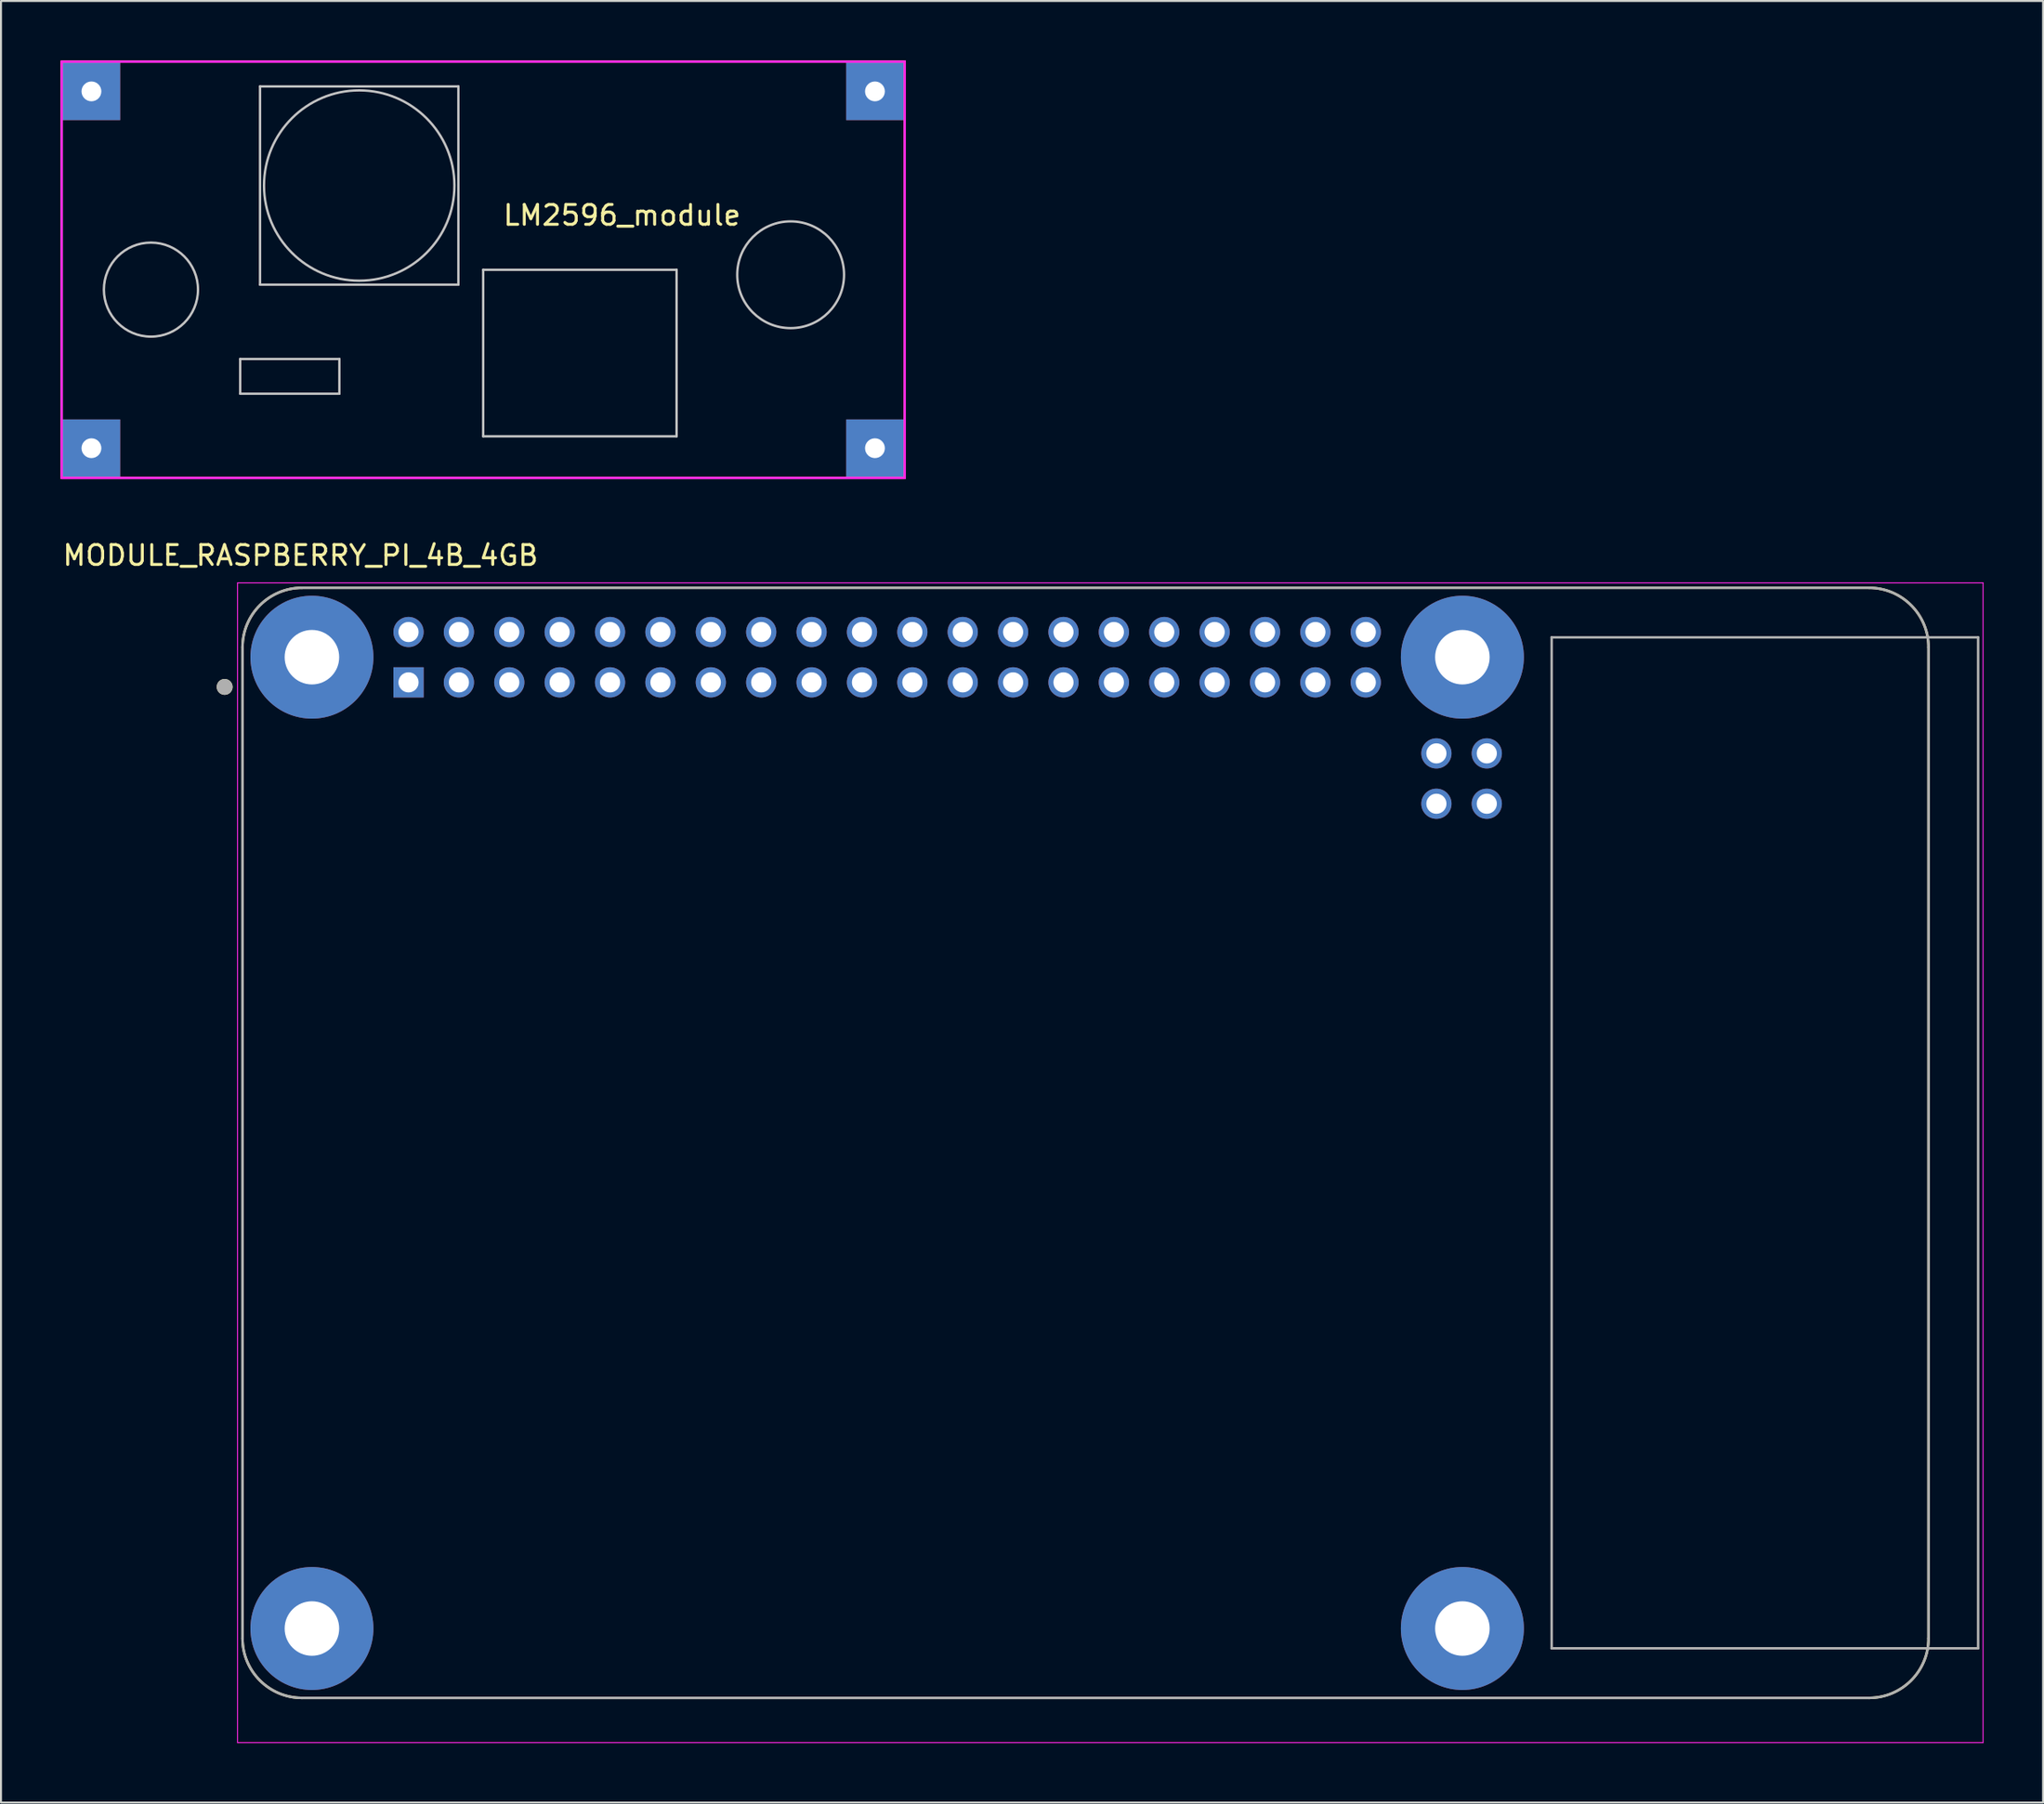
<source format=kicad_pcb>
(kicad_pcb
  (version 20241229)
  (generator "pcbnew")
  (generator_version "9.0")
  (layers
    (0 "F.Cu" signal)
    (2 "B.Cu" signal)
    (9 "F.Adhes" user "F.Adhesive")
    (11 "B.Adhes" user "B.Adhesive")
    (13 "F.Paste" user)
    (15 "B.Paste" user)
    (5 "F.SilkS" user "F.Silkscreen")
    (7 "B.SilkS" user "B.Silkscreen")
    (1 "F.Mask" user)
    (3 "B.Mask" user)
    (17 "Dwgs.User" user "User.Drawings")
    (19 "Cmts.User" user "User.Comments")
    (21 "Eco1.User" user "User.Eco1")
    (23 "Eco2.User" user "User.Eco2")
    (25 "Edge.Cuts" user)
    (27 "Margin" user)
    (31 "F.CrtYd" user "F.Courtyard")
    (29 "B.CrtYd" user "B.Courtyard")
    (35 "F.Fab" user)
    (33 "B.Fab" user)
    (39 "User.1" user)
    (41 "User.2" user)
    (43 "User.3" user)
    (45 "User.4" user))
  (footprint "LM2596_module"
    (layer "F.Cu")
    (at 21.31 10.56)
    (property "Reference" "LM2596_module" (at 7 -2.75 0) (layer "F.SilkS") (effects (font (size 1 1) (thickness 0.15))))
    (attr through_hole)
    (fp_line (start -21.25 -10.5) (end 21.25 -10.5) (stroke (width 0.12) (type solid)) (layer "F.SilkS"))
    (fp_line (start -21.25 10.5) (end -21.25 -10.5) (stroke (width 0.12) (type solid)) (layer "F.SilkS"))
    (fp_line (start 21.25 -10.5) (end 21.25 10.5) (stroke (width 0.12) (type solid)) (layer "F.SilkS"))
    (fp_line (start 21.25 10.5) (end -21.25 10.5) (stroke (width 0.12) (type solid)) (layer "F.SilkS"))
    (fp_line (start -12.25 4.5) (end -7.25 4.5) (stroke (width 0.12) (type solid)) (layer "Dwgs.User"))
    (fp_line (start -12.25 6.25) (end -12.25 4.5) (stroke (width 0.12) (type solid)) (layer "Dwgs.User"))
    (fp_line (start -11.25 -9.25) (end -1.25 -9.25) (stroke (width 0.12) (type solid)) (layer "Dwgs.User"))
    (fp_line (start -11.25 0.75) (end -11.25 -9.25) (stroke (width 0.12) (type solid)) (layer "Dwgs.User"))
    (fp_line (start -7.25 4.5) (end -7.25 6.25) (stroke (width 0.12) (type solid)) (layer "Dwgs.User"))
    (fp_line (start -7.25 6.25) (end -12.25 6.25) (stroke (width 0.12) (type solid)) (layer "Dwgs.User"))
    (fp_line (start -1.25 -9.25) (end -1.25 0.75) (stroke (width 0.12) (type solid)) (layer "Dwgs.User"))
    (fp_line (start -1.25 0.75) (end -11.25 0.75) (stroke (width 0.12) (type solid)) (layer "Dwgs.User"))
    (fp_line (start 0 0) (end 9.75 0) (stroke (width 0.12) (type solid)) (layer "Dwgs.User"))
    (fp_line (start 0 8.4) (end 0 0) (stroke (width 0.12) (type solid)) (layer "Dwgs.User"))
    (fp_line (start 9.75 0) (end 9.75 8.4) (stroke (width 0.12) (type solid)) (layer "Dwgs.User"))
    (fp_line (start 9.75 8.4) (end 0 8.4) (stroke (width 0.12) (type solid)) (layer "Dwgs.User"))
    (fp_circle (center -16.75 1) (end -19 0.25) (stroke (width 0.12) (type solid)) (fill no) (layer "Dwgs.User"))
    (fp_circle (center -6.25 -4.25) (end -1.45 -4.25) (stroke (width 0.12) (type solid)) (fill no) (layer "Dwgs.User"))
    (fp_circle (center 15.5 0.25) (end 13 -0.75) (stroke (width 0.12) (type solid)) (fill no) (layer "Dwgs.User"))
    (fp_line (start -21.25 -10.5) (end 21.25 -10.5) (stroke (width 0.12) (type solid)) (layer "F.CrtYd"))
    (fp_line (start -21.25 10.5) (end -21.25 -10.5) (stroke (width 0.12) (type solid)) (layer "F.CrtYd"))
    (fp_line (start 21.25 -10.5) (end 21.25 10.5) (stroke (width 0.12) (type solid)) (layer "F.CrtYd"))
    (fp_line (start 21.25 10.5) (end -21.25 10.5) (stroke (width 0.12) (type solid)) (layer "F.CrtYd"))
    (pad "1" thru_hole rect (at -19.75 -9) (size 2.9 2.9) (drill 1) (layers "*.Cu" "*.Mask"))
    (pad "2" thru_hole rect (at -19.75 9) (size 2.9 2.9) (drill 1) (layers "*.Cu" "*.Mask"))
    (pad "2" thru_hole rect (at 19.75 9) (size 2.9 2.9) (drill 1) (layers "*.Cu" "*.Mask"))
    (pad "3" thru_hole rect (at 19.75 -9) (size 2.9 2.9) (drill 1) (layers "*.Cu" "*.Mask")))
  (footprint "MODULE_RASPBERRY_PI_4B_4GB"
    (layer "F.Cu")
    (at 51.676 54.603)
    (property "Reference" "MODULE_RASPBERRY_PI_4B_4GB" (at -39.575 -29.635 0) (layer "F.SilkS") (effects (font (size 1 1) (thickness 0.15))))
    (attr through_hole)
    (fp_line (start -42.5 -25) (end -42.5 25) (stroke (width 0.127) (type solid)) (layer "F.SilkS"))
    (fp_line (start -39.5 28) (end 39.5 28) (stroke (width 0.127) (type solid)) (layer "F.SilkS"))
    (fp_line (start 39.5 -28) (end -39.5 -28) (stroke (width 0.127) (type solid)) (layer "F.SilkS"))
    (fp_line (start 42.5 25) (end 42.5 -25) (stroke (width 0.127) (type solid)) (layer "F.SilkS"))
    (fp_arc (start -42.5 -25) (mid -41.62132 -27.12132) (end -39.5 -28) (stroke (width 0.127) (type solid)) (layer "F.SilkS"))
    (fp_arc (start -39.5 28) (mid -41.62132 27.12132) (end -42.5 25) (stroke (width 0.127) (type solid)) (layer "F.SilkS"))
    (fp_arc (start 39.5 -28) (mid 41.62132 -27.12132) (end 42.5 -25) (stroke (width 0.127) (type solid)) (layer "F.SilkS"))
    (fp_arc (start 42.5 25) (mid 41.62132 27.12132) (end 39.5 28) (stroke (width 0.127) (type solid)) (layer "F.SilkS"))
    (fp_circle (center -43.4 -23) (end -43.2 -23) (stroke (width 0.4) (type solid)) (fill no) (layer "F.SilkS"))
    (fp_line (start -42.75 -28.25) (end 45.25 -28.25) (stroke (width 0.05) (type solid)) (layer "F.CrtYd"))
    (fp_line (start -42.75 30.255) (end -42.75 -28.25) (stroke (width 0.05) (type solid)) (layer "F.CrtYd"))
    (fp_line (start 45.25 -28.25) (end 45.25 30.255) (stroke (width 0.05) (type solid)) (layer "F.CrtYd"))
    (fp_line (start 45.25 30.255) (end -42.75 30.255) (stroke (width 0.05) (type solid)) (layer "F.CrtYd"))
    (fp_line (start -42.5 -25) (end -42.5 25) (stroke (width 0.127) (type solid)) (layer "F.Fab"))
    (fp_line (start -39.5 28) (end 39.5 28) (stroke (width 0.127) (type solid)) (layer "F.Fab"))
    (fp_line (start 23.5 -25.5) (end 23.5 25.5) (stroke (width 0.127) (type solid)) (layer "F.Fab"))
    (fp_line (start 23.5 25.5) (end 45 25.5) (stroke (width 0.127) (type solid)) (layer "F.Fab"))
    (fp_line (start 39.5 -28) (end -39.5 -28) (stroke (width 0.127) (type solid)) (layer "F.Fab"))
    (fp_line (start 42.5 25) (end 42.5 -25) (stroke (width 0.127) (type solid)) (layer "F.Fab"))
    (fp_line (start 45 -25.5) (end 23.5 -25.5) (stroke (width 0.127) (type solid)) (layer "F.Fab"))
    (fp_line (start 45 25.5) (end 45 -25.5) (stroke (width 0.127) (type solid)) (layer "F.Fab"))
    (fp_arc (start -42.5 -25) (mid -41.62132 -27.12132) (end -39.5 -28) (stroke (width 0.127) (type solid)) (layer "F.Fab"))
    (fp_arc (start -39.5 28) (mid -41.62132 27.12132) (end -42.5 25) (stroke (width 0.127) (type solid)) (layer "F.Fab"))
    (fp_arc (start 39.5 -28) (mid 41.62132 -27.12132) (end 42.5 -25) (stroke (width 0.127) (type solid)) (layer "F.Fab"))
    (fp_arc (start 42.5 25) (mid 41.62132 27.12132) (end 39.5 28) (stroke (width 0.127) (type solid)) (layer "F.Fab"))
    (fp_circle (center -43.4 -23) (end -43.2 -23) (stroke (width 0.4) (type solid)) (fill no) (layer "F.Fab"))
    (pad "1" thru_hole rect (at -34.13 -23.23) (size 1.524 1.524) (drill 1.016) (layers "*.Cu" "*.Mask"))
    (pad "2" thru_hole circle (at -34.13 -25.77) (size 1.524 1.524) (drill 1.016) (layers "*.Cu" "*.Mask"))
    (pad "3" thru_hole circle (at -31.59 -23.23) (size 1.524 1.524) (drill 1.016) (layers "*.Cu" "*.Mask"))
    (pad "4" thru_hole circle (at -31.59 -25.77) (size 1.524 1.524) (drill 1.016) (layers "*.Cu" "*.Mask"))
    (pad "5" thru_hole circle (at -29.05 -23.23) (size 1.524 1.524) (drill 1.016) (layers "*.Cu" "*.Mask"))
    (pad "6" thru_hole circle (at -29.05 -25.77) (size 1.524 1.524) (drill 1.016) (layers "*.Cu" "*.Mask"))
    (pad "7" thru_hole circle (at -26.51 -23.23) (size 1.524 1.524) (drill 1.016) (layers "*.Cu" "*.Mask"))
    (pad "8" thru_hole circle (at -26.51 -25.77) (size 1.524 1.524) (drill 1.016) (layers "*.Cu" "*.Mask"))
    (pad "9" thru_hole circle (at -23.97 -23.23) (size 1.524 1.524) (drill 1.016) (layers "*.Cu" "*.Mask"))
    (pad "10" thru_hole circle (at -23.97 -25.77) (size 1.524 1.524) (drill 1.016) (layers "*.Cu" "*.Mask"))
    (pad "11" thru_hole circle (at -21.43 -23.23) (size 1.524 1.524) (drill 1.016) (layers "*.Cu" "*.Mask"))
    (pad "12" thru_hole circle (at -21.43 -25.77) (size 1.524 1.524) (drill 1.016) (layers "*.Cu" "*.Mask"))
    (pad "13" thru_hole circle (at -18.89 -23.23) (size 1.524 1.524) (drill 1.016) (layers "*.Cu" "*.Mask"))
    (pad "14" thru_hole circle (at -18.89 -25.77) (size 1.524 1.524) (drill 1.016) (layers "*.Cu" "*.Mask"))
    (pad "15" thru_hole circle (at -16.35 -23.23) (size 1.524 1.524) (drill 1.016) (layers "*.Cu" "*.Mask"))
    (pad "16" thru_hole circle (at -16.35 -25.77) (size 1.524 1.524) (drill 1.016) (layers "*.Cu" "*.Mask"))
    (pad "17" thru_hole circle (at -13.81 -23.23) (size 1.524 1.524) (drill 1.016) (layers "*.Cu" "*.Mask"))
    (pad "18" thru_hole circle (at -13.81 -25.77) (size 1.524 1.524) (drill 1.016) (layers "*.Cu" "*.Mask"))
    (pad "19" thru_hole circle (at -11.27 -23.23) (size 1.524 1.524) (drill 1.016) (layers "*.Cu" "*.Mask"))
    (pad "20" thru_hole circle (at -11.27 -25.77) (size 1.524 1.524) (drill 1.016) (layers "*.Cu" "*.Mask"))
    (pad "21" thru_hole circle (at -8.73 -23.23) (size 1.524 1.524) (drill 1.016) (layers "*.Cu" "*.Mask"))
    (pad "22" thru_hole circle (at -8.73 -25.77) (size 1.524 1.524) (drill 1.016) (layers "*.Cu" "*.Mask"))
    (pad "23" thru_hole circle (at -6.19 -23.23) (size 1.524 1.524) (drill 1.016) (layers "*.Cu" "*.Mask"))
    (pad "24" thru_hole circle (at -6.19 -25.77) (size 1.524 1.524) (drill 1.016) (layers "*.Cu" "*.Mask"))
    (pad "25" thru_hole circle (at -3.65 -23.23) (size 1.524 1.524) (drill 1.016) (layers "*.Cu" "*.Mask"))
    (pad "26" thru_hole circle (at -3.65 -25.77) (size 1.524 1.524) (drill 1.016) (layers "*.Cu" "*.Mask"))
    (pad "27" thru_hole circle (at -1.11 -23.23) (size 1.524 1.524) (drill 1.016) (layers "*.Cu" "*.Mask"))
    (pad "28" thru_hole circle (at -1.11 -25.77) (size 1.524 1.524) (drill 1.016) (layers "*.Cu" "*.Mask"))
    (pad "29" thru_hole circle (at 1.43 -23.23) (size 1.524 1.524) (drill 1.016) (layers "*.Cu" "*.Mask"))
    (pad "30" thru_hole circle (at 1.43 -25.77) (size 1.524 1.524) (drill 1.016) (layers "*.Cu" "*.Mask"))
    (pad "31" thru_hole circle (at 3.97 -23.23) (size 1.524 1.524) (drill 1.016) (layers "*.Cu" "*.Mask"))
    (pad "32" thru_hole circle (at 3.97 -25.77) (size 1.524 1.524) (drill 1.016) (layers "*.Cu" "*.Mask"))
    (pad "33" thru_hole circle (at 6.51 -23.23) (size 1.524 1.524) (drill 1.016) (layers "*.Cu" "*.Mask"))
    (pad "34" thru_hole circle (at 6.51 -25.77) (size 1.524 1.524) (drill 1.016) (layers "*.Cu" "*.Mask"))
    (pad "35" thru_hole circle (at 9.05 -23.23) (size 1.524 1.524) (drill 1.016) (layers "*.Cu" "*.Mask"))
    (pad "36" thru_hole circle (at 9.05 -25.77) (size 1.524 1.524) (drill 1.016) (layers "*.Cu" "*.Mask"))
    (pad "37" thru_hole circle (at 11.59 -23.23) (size 1.524 1.524) (drill 1.016) (layers "*.Cu" "*.Mask"))
    (pad "38" thru_hole circle (at 11.59 -25.77) (size 1.524 1.524) (drill 1.016) (layers "*.Cu" "*.Mask"))
    (pad "39" thru_hole circle (at 14.13 -23.23) (size 1.524 1.524) (drill 1.016) (layers "*.Cu" "*.Mask"))
    (pad "40" thru_hole circle (at 14.13 -25.77) (size 1.524 1.524) (drill 1.016) (layers "*.Cu" "*.Mask"))
    (pad "41" thru_hole circle (at 20.23 -17.107) (size 1.524 1.524) (drill 1.016) (layers "*.Cu" "*.Mask"))
    (pad "42" thru_hole circle (at 20.23 -19.647) (size 1.524 1.524) (drill 1.016) (layers "*.Cu" "*.Mask"))
    (pad "43" thru_hole circle (at 17.69 -17.107) (size 1.524 1.524) (drill 1.016) (layers "*.Cu" "*.Mask"))
    (pad "44" thru_hole circle (at 17.69 -19.647) (size 1.524 1.524) (drill 1.016) (layers "*.Cu" "*.Mask"))
    (pad "S1" thru_hole circle (at -39 -24.5) (size 6.2 6.2) (drill 2.75) (layers "*.Cu" "*.Mask"))
    (pad "S2" thru_hole circle (at 19 -24.5) (size 6.2 6.2) (drill 2.75) (layers "*.Cu" "*.Mask"))
    (pad "S3" thru_hole circle (at 19 24.5) (size 6.2 6.2) (drill 2.75) (layers "*.Cu" "*.Mask"))
    (pad "S4" thru_hole circle (at -39 24.5) (size 6.2 6.2) (drill 2.75) (layers "*.Cu" "*.Mask")))
  (gr_rect
    (start -3 -3)
    (end 99.951 87.883)
    (stroke (width 0.1) (type default))
    (fill no)
    (layer "Edge.Cuts")))
</source>
